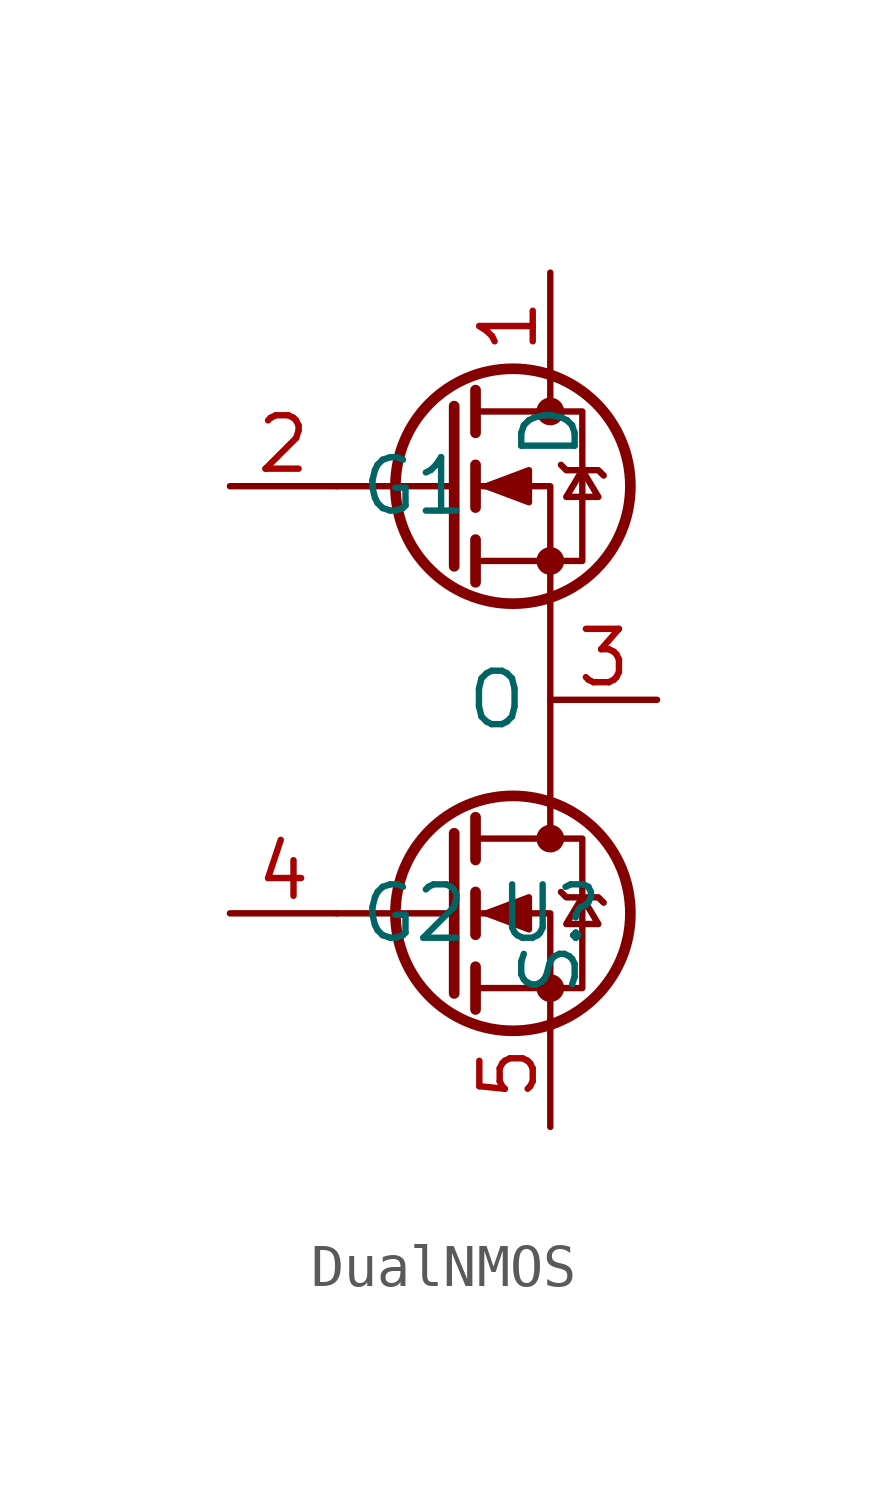
<source format=kicad_sym>
(kicad_symbol_lib
  (version 20220914)
  (generator kicad_symbol_editor)
  (symbol "DualNMOS"
    (property "Reference" "U"
      (at 0 -5.08 0)
      (effects (font (size 1.27 1.27))))
    (property "Value" ""
      (at 0 -5.08 0)
      (effects (font (size 1.27 1.27))))
    (symbol "DualNMOS_0_1"
      (circle (center -0.889 -5.08) (radius 2.794) (stroke (width 0.254) (type default)) (fill (type none)))
      (circle (center -0.889 5.08) (radius 2.794) (stroke (width 0.254) (type default)) (fill (type none)))
      (circle (center 0 -6.858) (radius 0.254) (stroke (width 0) (type default)) (fill (type outline)))
      (circle (center 0 -3.302) (radius 0.254) (stroke (width 0) (type default)) (fill (type outline)))
      (polyline (pts (xy -2.286 -5.08) (xy -5.08 -5.08)) (stroke (width 0) (type default)) (fill (type none)))
      (polyline (pts (xy -2.286 -3.175) (xy -2.286 -6.985)) (stroke (width 0.254) (type default)) (fill (type none)))
      (polyline (pts (xy -2.286 5.08) (xy -5.08 5.08)) (stroke (width 0) (type default)) (fill (type none)))
      (polyline (pts (xy -2.286 6.985) (xy -2.286 3.175)) (stroke (width 0.254) (type default)) (fill (type none)))
      (polyline (pts (xy -1.778 -6.35) (xy -1.778 -7.366)) (stroke (width 0.254) (type default)) (fill (type none)))
      (polyline (pts (xy -1.778 -4.572) (xy -1.778 -5.588)) (stroke (width 0.254) (type default)) (fill (type none)))
      (polyline (pts (xy -1.778 -2.794) (xy -1.778 -3.81)) (stroke (width 0.254) (type default)) (fill (type none)))
      (polyline (pts (xy -1.778 3.81) (xy -1.778 2.794)) (stroke (width 0.254) (type default)) (fill (type none)))
      (polyline (pts (xy -1.778 5.588) (xy -1.778 4.572)) (stroke (width 0.254) (type default)) (fill (type none)))
      (polyline (pts (xy -1.778 7.366) (xy -1.778 6.35)) (stroke (width 0.254) (type default)) (fill (type none)))
      (polyline (pts (xy 0 -2.54) (xy 0 -3.302)) (stroke (width 0) (type default)) (fill (type none)))
      (polyline (pts (xy 0 2.54) (xy 0 -2.54)) (stroke (width 0) (type default)) (fill (type none)))
      (polyline (pts (xy 0 7.62) (xy 0 6.858)) (stroke (width 0) (type default)) (fill (type none)))
      (polyline (pts (xy 0 -7.62) (xy 0 -5.08) (xy -1.778 -5.08)) (stroke (width 0) (type default)) (fill (type none)))
      (polyline (pts (xy 0 2.54) (xy 0 5.08) (xy -1.778 5.08)) (stroke (width 0) (type default)) (fill (type none)))
      (polyline (pts (xy -1.778 -6.858) (xy 0.762 -6.858) (xy 0.762 -3.302) (xy -1.778 -3.302)) (stroke (width 0) (type default)) (fill (type none)))
      (polyline (pts (xy -1.778 3.302) (xy 0.762 3.302) (xy 0.762 6.858) (xy -1.778 6.858)) (stroke (width 0) (type default)) (fill (type none)))
      (polyline (pts (xy -1.524 -5.08) (xy -0.508 -4.699) (xy -0.508 -5.461) (xy -1.524 -5.08)) (stroke (width 0) (type default)) (fill (type outline)))
      (polyline (pts (xy -1.524 5.08) (xy -0.508 5.461) (xy -0.508 4.699) (xy -1.524 5.08)) (stroke (width 0) (type default)) (fill (type outline)))
      (polyline (pts (xy 0.254 -4.572) (xy 0.381 -4.699) (xy 1.143 -4.699) (xy 1.27 -4.826)) (stroke (width 0) (type default)) (fill (type none)))
      (polyline (pts (xy 0.254 5.588) (xy 0.381 5.461) (xy 1.143 5.461) (xy 1.27 5.334)) (stroke (width 0) (type default)) (fill (type none)))
      (polyline (pts (xy 0.762 -4.699) (xy 0.381 -5.334) (xy 1.143 -5.334) (xy 0.762 -4.699)) (stroke (width 0) (type default)) (fill (type none)))
      (polyline (pts (xy 0.762 5.461) (xy 0.381 4.826) (xy 1.143 4.826) (xy 0.762 5.461)) (stroke (width 0) (type default)) (fill (type none)))
      (circle (center 0 3.302) (radius 0.254) (stroke (width 0) (type default)) (fill (type outline)))
      (circle (center 0 6.858) (radius 0.254) (stroke (width 0) (type default)) (fill (type outline))))
    (symbol "DualNMOS_1_1"
      (pin passive line (at 0 10.16 270) (length 2.54) (name "D" (effects (font (size 1.27 1.27)))) (number "1" (effects (font (size 1.27 1.27)))))
      (pin input line (at -7.62 5.08 0) (length 2.54) (name "G1" (effects (font (size 1.27 1.27)))) (number "2" (effects (font (size 1.27 1.27)))))
      (pin input line (at 2.54 0 180) (length 2.54) (name "O" (effects (font (size 1.27 1.27)))) (number "3" (effects (font (size 1.27 1.27)))))
      (pin input line (at -7.62 -5.08 0) (length 2.54) (name "G2" (effects (font (size 1.27 1.27)))) (number "4" (effects (font (size 1.27 1.27)))))
      (pin passive line (at 0 -10.16 90) (length 2.54) (name "S" (effects (font (size 1.27 1.27)))) (number "5" (effects (font (size 1.27 1.27))))))))
</source>
